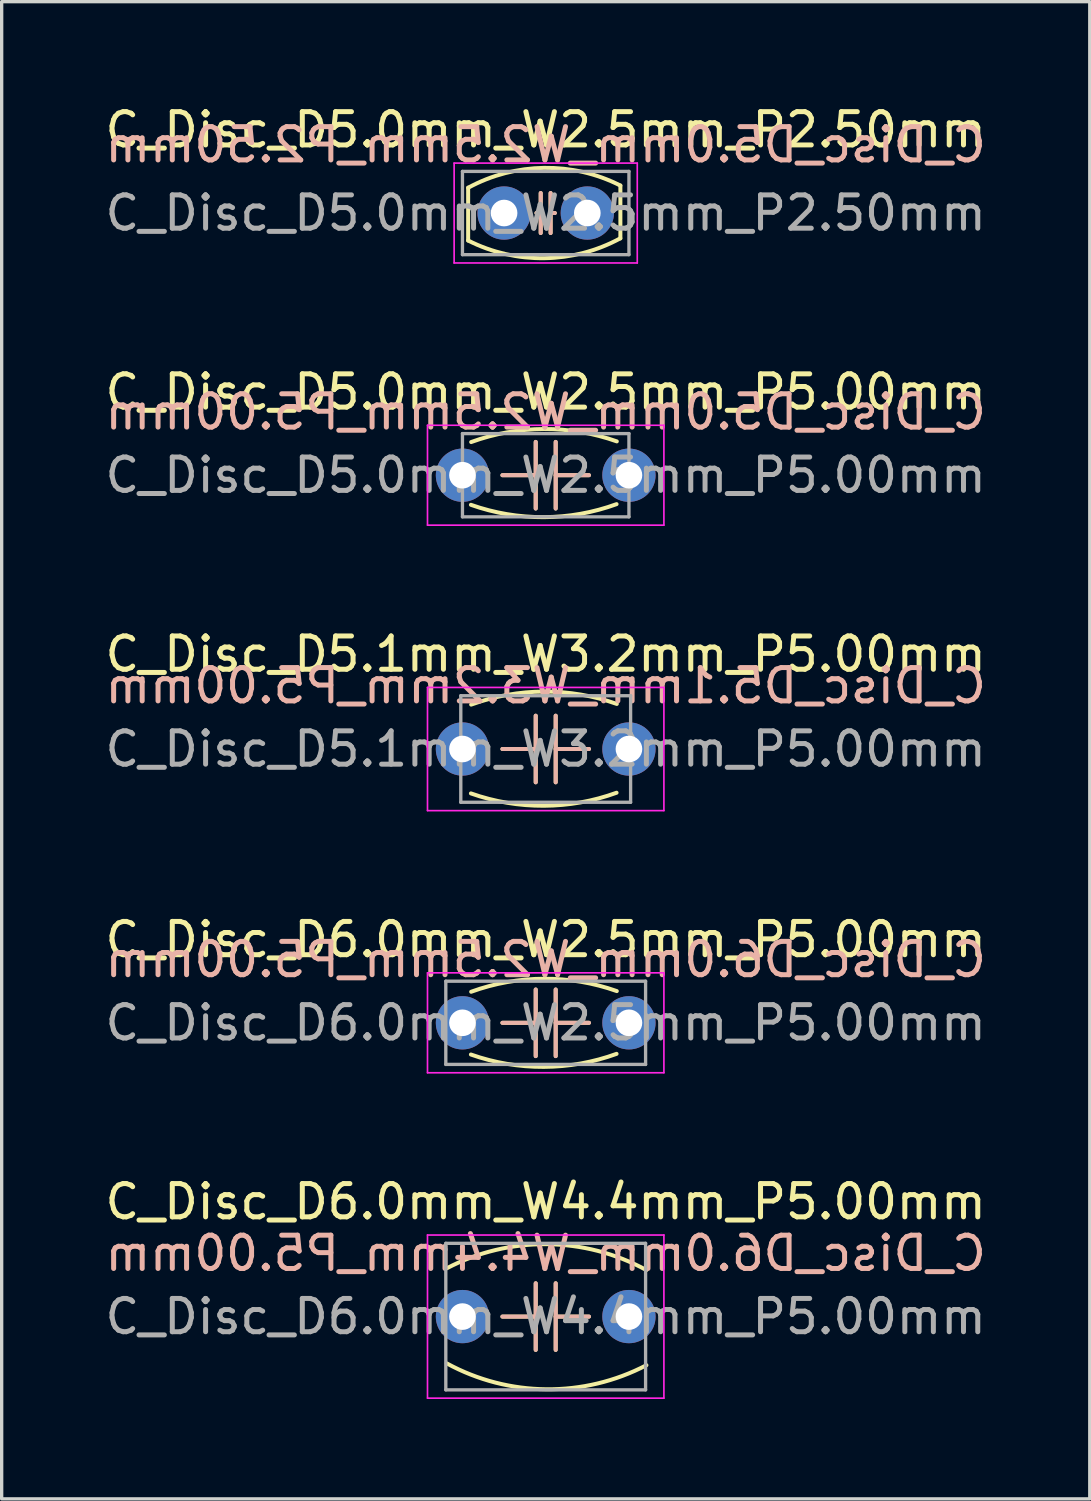
<source format=kicad_pcb>
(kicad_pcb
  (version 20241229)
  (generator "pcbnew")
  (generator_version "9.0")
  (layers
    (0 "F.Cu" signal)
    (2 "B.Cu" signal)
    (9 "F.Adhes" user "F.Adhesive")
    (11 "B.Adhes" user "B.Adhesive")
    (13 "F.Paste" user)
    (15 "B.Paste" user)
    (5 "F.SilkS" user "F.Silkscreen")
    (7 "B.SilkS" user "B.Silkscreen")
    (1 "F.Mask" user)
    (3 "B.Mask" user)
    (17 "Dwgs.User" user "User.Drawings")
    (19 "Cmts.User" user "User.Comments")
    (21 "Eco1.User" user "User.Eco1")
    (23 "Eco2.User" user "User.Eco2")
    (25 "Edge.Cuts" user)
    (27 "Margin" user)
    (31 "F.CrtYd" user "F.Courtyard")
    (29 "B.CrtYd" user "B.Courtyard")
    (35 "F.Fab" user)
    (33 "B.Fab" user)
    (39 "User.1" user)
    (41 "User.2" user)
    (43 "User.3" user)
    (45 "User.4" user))
  (footprint "C_Disc_D5.0mm_W2.5mm_P2.50mm"
    (layer "F.Cu")
    (at 12.089 3.348)
    (property "Reference" "C_Disc_D5.0mm_W2.5mm_P2.50mm" (at 1.25 -2.5 0) (layer "F.SilkS") (effects (font (size 1 1) (thickness 0.15))))
    (fp_line (start -1.079 0.826) (end -1.079 -0.762) (stroke (width 0.12) (type solid)) (layer "F.SilkS"))
    (fp_line (start 0.973 0) (end 1.1 0) (stroke (width 0.12) (type solid)) (layer "F.SilkS"))
    (fp_line (start 1.1 0) (end 1.1 -0.6) (stroke (width 0.12) (type solid)) (layer "F.SilkS"))
    (fp_line (start 1.1 0) (end 1.1 0.6) (stroke (width 0.12) (type solid)) (layer "F.SilkS"))
    (fp_line (start 1.397 0) (end 1.397 -0.6) (stroke (width 0.12) (type solid)) (layer "F.SilkS"))
    (fp_line (start 1.397 0) (end 1.397 0.6) (stroke (width 0.12) (type solid)) (layer "F.SilkS"))
    (fp_line (start 1.524 0) (end 1.397 0) (stroke (width 0.12) (type solid)) (layer "F.SilkS"))
    (fp_line (start 3.493 -0.826) (end 3.493 0.762) (stroke (width 0.12) (type solid)) (layer "F.SilkS"))
    (fp_arc (start -1.078127 -0.759477) (mid 1.19904 -1.356434) (end 3.4925 -0.8255) (stroke (width 0.12) (type solid)) (layer "F.SilkS"))
    (fp_arc (start 3.491127 0.759477) (mid 1.21396 1.356434) (end -1.0795 0.8255) (stroke (width 0.12) (type solid)) (layer "F.SilkS"))
    (fp_line (start 0.973 0) (end 1.1 0) (stroke (width 0.12) (type solid)) (layer "B.SilkS"))
    (fp_line (start 1.1 0) (end 1.1 -0.6) (stroke (width 0.12) (type solid)) (layer "B.SilkS"))
    (fp_line (start 1.1 0) (end 1.1 0.6) (stroke (width 0.12) (type solid)) (layer "B.SilkS"))
    (fp_line (start 1.397 0) (end 1.397 -0.6) (stroke (width 0.12) (type solid)) (layer "B.SilkS"))
    (fp_line (start 1.397 0) (end 1.397 0.6) (stroke (width 0.12) (type solid)) (layer "B.SilkS"))
    (fp_line (start 1.524 0) (end 1.397 0) (stroke (width 0.12) (type solid)) (layer "B.SilkS"))
    (fp_line (start -1.5 -1.5) (end -1.5 1.5) (stroke (width 0.05) (type solid)) (layer "F.CrtYd"))
    (fp_line (start -1.5 1.5) (end 4 1.5) (stroke (width 0.05) (type solid)) (layer "F.CrtYd"))
    (fp_line (start 4 -1.5) (end -1.5 -1.5) (stroke (width 0.05) (type solid)) (layer "F.CrtYd"))
    (fp_line (start 4 1.5) (end 4 -1.5) (stroke (width 0.05) (type solid)) (layer "F.CrtYd"))
    (fp_line (start -1.25 -1.25) (end -1.25 1.25) (stroke (width 0.1) (type solid)) (layer "F.Fab"))
    (fp_line (start -1.25 1.25) (end 3.75 1.25) (stroke (width 0.1) (type solid)) (layer "F.Fab"))
    (fp_line (start 3.75 -1.25) (end -1.25 -1.25) (stroke (width 0.1) (type solid)) (layer "F.Fab"))
    (fp_line (start 3.75 1.25) (end 3.75 -1.25) (stroke (width 0.1) (type solid)) (layer "F.Fab"))
    (fp_text user "${REFERENCE}" (at 1.25 -2.05 0) (layer "B.SilkS") (effects (font (size 1 1) (thickness 0.15)) (justify mirror)))
    (fp_text user "${REFERENCE}" (at 1.25 0 0) (layer "F.Fab") (effects (font (size 1 1) (thickness 0.15))))
    (pad "1" thru_hole circle (at 0 0) (size 1.6 1.6) (drill 0.8) (layers "*.Cu" "*.Mask"))
    (pad "2" thru_hole circle (at 2.5 0) (size 1.6 1.6) (drill 0.8) (layers "*.Cu" "*.Mask")))
  (footprint "C_Disc_D6.0mm_W4.4mm_P5.00mm"
    (layer "F.Cu")
    (at 10.839 36.491)
    (property "Reference" "C_Disc_D6.0mm_W4.4mm_P5.00mm" (at 2.5 -3.45 0) (layer "F.SilkS") (effects (font (size 1 1) (thickness 0.15))))
    (fp_line (start 1.2 0) (end 2.2 0) (stroke (width 0.12) (type solid)) (layer "F.SilkS"))
    (fp_line (start 2.2 0) (end 2.2 -1) (stroke (width 0.12) (type solid)) (layer "F.SilkS"))
    (fp_line (start 2.2 0) (end 2.2 1) (stroke (width 0.12) (type solid)) (layer "F.SilkS"))
    (fp_line (start 2.8 -1) (end 2.8 1) (stroke (width 0.12) (type solid)) (layer "F.SilkS"))
    (fp_line (start 2.8 0) (end 3.8 0) (stroke (width 0.12) (type solid)) (layer "F.SilkS"))
    (fp_arc (start -0.469977 -1.451191) (mid 2.53404 -2.173962) (end 5.5245 -1.397) (stroke (width 0.12) (type solid)) (layer "F.SilkS"))
    (fp_arc (start 5.5245 1.4605) (mid 2.520483 2.183271) (end -0.469977 1.406309) (stroke (width 0.12) (type solid)) (layer "F.SilkS"))
    (fp_line (start 1.2 0) (end 2.2 0) (stroke (width 0.12) (type solid)) (layer "B.SilkS"))
    (fp_line (start 2.2 0) (end 2.2 -1) (stroke (width 0.12) (type solid)) (layer "B.SilkS"))
    (fp_line (start 2.2 0) (end 2.2 1) (stroke (width 0.12) (type solid)) (layer "B.SilkS"))
    (fp_line (start 2.8 0) (end 3.8 0) (stroke (width 0.12) (type solid)) (layer "B.SilkS"))
    (fp_line (start 2.8 1) (end 2.8 -1) (stroke (width 0.12) (type solid)) (layer "B.SilkS"))
    (fp_line (start -1.05 -2.45) (end -1.05 2.45) (stroke (width 0.05) (type solid)) (layer "F.CrtYd"))
    (fp_line (start -1.05 2.45) (end 6.05 2.45) (stroke (width 0.05) (type solid)) (layer "F.CrtYd"))
    (fp_line (start 6.05 -2.45) (end -1.05 -2.45) (stroke (width 0.05) (type solid)) (layer "F.CrtYd"))
    (fp_line (start 6.05 2.45) (end 6.05 -2.45) (stroke (width 0.05) (type solid)) (layer "F.CrtYd"))
    (fp_line (start -0.5 -2.2) (end -0.5 2.2) (stroke (width 0.1) (type solid)) (layer "F.Fab"))
    (fp_line (start -0.5 2.2) (end 5.5 2.2) (stroke (width 0.1) (type solid)) (layer "F.Fab"))
    (fp_line (start 5.5 -2.2) (end -0.5 -2.2) (stroke (width 0.1) (type solid)) (layer "F.Fab"))
    (fp_line (start 5.5 2.2) (end 5.5 -2.2) (stroke (width 0.1) (type solid)) (layer "F.Fab"))
    (fp_text user "${REFERENCE}" (at 2.5 -1.9 0) (layer "B.SilkS") (effects (font (size 1 1) (thickness 0.15)) (justify mirror)))
    (fp_text user "${REFERENCE}" (at 2.5 0 0) (layer "F.Fab") (effects (font (size 1 1) (thickness 0.15))))
    (pad "1" thru_hole circle (at 0 0) (size 1.6 1.6) (drill 0.8) (layers "*.Cu" "*.Mask"))
    (pad "2" thru_hole circle (at 5 0) (size 1.6 1.6) (drill 0.8) (layers "*.Cu" "*.Mask")))
  (footprint "C_Disc_D5.1mm_W3.2mm_P5.00mm"
    (layer "F.Cu")
    (at 10.839 19.445)
    (property "Reference" "C_Disc_D5.1mm_W3.2mm_P5.00mm" (at 2.5 -2.85 0) (layer "F.SilkS") (effects (font (size 1 1) (thickness 0.15))))
    (fp_line (start 1.2 0) (end 2.2 0) (stroke (width 0.12) (type solid)) (layer "F.SilkS"))
    (fp_line (start 2.2 0) (end 2.2 -1) (stroke (width 0.12) (type solid)) (layer "F.SilkS"))
    (fp_line (start 2.2 0) (end 2.2 1) (stroke (width 0.12) (type solid)) (layer "F.SilkS"))
    (fp_line (start 2.8 -1) (end 2.8 1) (stroke (width 0.12) (type solid)) (layer "F.SilkS"))
    (fp_line (start 2.8 0) (end 3.8 0) (stroke (width 0.12) (type solid)) (layer "F.SilkS"))
    (fp_arc (start 0.261356 -1.3335) (mid 2.44667 -1.724639) (end 4.6355 -1.353676) (stroke (width 0.12) (type solid)) (layer "F.SilkS"))
    (fp_arc (start 4.628144 1.313323) (mid 2.44283 1.704462) (end 0.254 1.3335) (stroke (width 0.12) (type solid)) (layer "F.SilkS"))
    (fp_line (start 1.2 0) (end 2.2 0) (stroke (width 0.12) (type solid)) (layer "B.SilkS"))
    (fp_line (start 2.2 0) (end 2.2 -1) (stroke (width 0.12) (type solid)) (layer "B.SilkS"))
    (fp_line (start 2.2 0) (end 2.2 1) (stroke (width 0.12) (type solid)) (layer "B.SilkS"))
    (fp_line (start 2.8 0) (end 3.8 0) (stroke (width 0.12) (type solid)) (layer "B.SilkS"))
    (fp_line (start 2.8 1) (end 2.8 -1) (stroke (width 0.12) (type solid)) (layer "B.SilkS"))
    (fp_line (start -1.05 -1.85) (end -1.05 1.85) (stroke (width 0.05) (type solid)) (layer "F.CrtYd"))
    (fp_line (start -1.05 1.85) (end 6.05 1.85) (stroke (width 0.05) (type solid)) (layer "F.CrtYd"))
    (fp_line (start 6.05 -1.85) (end -1.05 -1.85) (stroke (width 0.05) (type solid)) (layer "F.CrtYd"))
    (fp_line (start 6.05 1.85) (end 6.05 -1.85) (stroke (width 0.05) (type solid)) (layer "F.CrtYd"))
    (fp_line (start -0.05 -1.6) (end -0.05 1.6) (stroke (width 0.1) (type solid)) (layer "F.Fab"))
    (fp_line (start -0.05 1.6) (end 5.05 1.6) (stroke (width 0.1) (type solid)) (layer "F.Fab"))
    (fp_line (start 5.05 -1.6) (end -0.05 -1.6) (stroke (width 0.1) (type solid)) (layer "F.Fab"))
    (fp_line (start 5.05 1.6) (end 5.05 -1.6) (stroke (width 0.1) (type solid)) (layer "F.Fab"))
    (fp_text user "${REFERENCE}" (at 2.5 -1.9 0) (layer "B.SilkS") (effects (font (size 1 1) (thickness 0.15)) (justify mirror)))
    (fp_text user "${REFERENCE}" (at 2.5 0 0) (layer "F.Fab") (effects (font (size 1 1) (thickness 0.15))))
    (pad "1" thru_hole circle (at 0 0) (size 1.6 1.6) (drill 0.8) (layers "*.Cu" "*.Mask"))
    (pad "2" thru_hole circle (at 5 0) (size 1.6 1.6) (drill 0.8) (layers "*.Cu" "*.Mask")))
  (footprint "C_Disc_D6.0mm_W2.5mm_P5.00mm"
    (layer "F.Cu")
    (at 10.839 27.668)
    (property "Reference" "C_Disc_D6.0mm_W2.5mm_P5.00mm" (at 2.5 -2.5 0) (layer "F.SilkS") (effects (font (size 1 1) (thickness 0.15))))
    (fp_line (start 1.2 0) (end 2.2 0) (stroke (width 0.12) (type solid)) (layer "F.SilkS"))
    (fp_line (start 2.2 0) (end 2.2 -1) (stroke (width 0.12) (type solid)) (layer "F.SilkS"))
    (fp_line (start 2.2 0) (end 2.2 1) (stroke (width 0.12) (type solid)) (layer "F.SilkS"))
    (fp_line (start 2.8 -1) (end 2.8 1) (stroke (width 0.12) (type solid)) (layer "F.SilkS"))
    (fp_line (start 2.8 0) (end 3.8 0) (stroke (width 0.12) (type solid)) (layer "F.SilkS"))
    (fp_arc (start 0.261356 -0.932324) (mid 2.44667 -1.323463) (end 4.6355 -0.9525) (stroke (width 0.12) (type solid)) (layer "F.SilkS"))
    (fp_arc (start 4.628144 0.932323) (mid 2.44283 1.323462) (end 0.254 0.9525) (stroke (width 0.12) (type solid)) (layer "F.SilkS"))
    (fp_line (start 1.2 0) (end 2.2 0) (stroke (width 0.12) (type solid)) (layer "B.SilkS"))
    (fp_line (start 2.2 0) (end 2.2 -1) (stroke (width 0.12) (type solid)) (layer "B.SilkS"))
    (fp_line (start 2.2 0) (end 2.2 1) (stroke (width 0.12) (type solid)) (layer "B.SilkS"))
    (fp_line (start 2.8 0) (end 3.8 0) (stroke (width 0.12) (type solid)) (layer "B.SilkS"))
    (fp_line (start 2.8 1) (end 2.8 -1) (stroke (width 0.12) (type solid)) (layer "B.SilkS"))
    (fp_line (start -1.05 -1.5) (end -1.05 1.5) (stroke (width 0.05) (type solid)) (layer "F.CrtYd"))
    (fp_line (start -1.05 1.5) (end 6.05 1.5) (stroke (width 0.05) (type solid)) (layer "F.CrtYd"))
    (fp_line (start 6.05 -1.5) (end -1.05 -1.5) (stroke (width 0.05) (type solid)) (layer "F.CrtYd"))
    (fp_line (start 6.05 1.5) (end 6.05 -1.5) (stroke (width 0.05) (type solid)) (layer "F.CrtYd"))
    (fp_line (start -0.5 -1.25) (end -0.5 1.25) (stroke (width 0.1) (type solid)) (layer "F.Fab"))
    (fp_line (start -0.5 1.25) (end 5.5 1.25) (stroke (width 0.1) (type solid)) (layer "F.Fab"))
    (fp_line (start 5.5 -1.25) (end -0.5 -1.25) (stroke (width 0.1) (type solid)) (layer "F.Fab"))
    (fp_line (start 5.5 1.25) (end 5.5 -1.25) (stroke (width 0.1) (type solid)) (layer "F.Fab"))
    (fp_text user "${REFERENCE}" (at 2.5 -1.9 0) (layer "B.SilkS") (effects (font (size 1 1) (thickness 0.15)) (justify mirror)))
    (fp_text user "${REFERENCE}" (at 2.5 0 0) (layer "F.Fab") (effects (font (size 1 1) (thickness 0.15))))
    (pad "1" thru_hole circle (at 0 0) (size 1.6 1.6) (drill 0.8) (layers "*.Cu" "*.Mask"))
    (pad "2" thru_hole circle (at 5 0) (size 1.6 1.6) (drill 0.8) (layers "*.Cu" "*.Mask")))
  (footprint "C_Disc_D5.0mm_W2.5mm_P5.00mm"
    (layer "F.Cu")
    (at 10.839 11.222)
    (property "Reference" "C_Disc_D5.0mm_W2.5mm_P5.00mm" (at 2.5 -2.5 0) (layer "F.SilkS") (effects (font (size 1 1) (thickness 0.15))))
    (fp_line (start 1.2 0) (end 2.2 0) (stroke (width 0.12) (type solid)) (layer "F.SilkS"))
    (fp_line (start 2.2 0) (end 2.2 -1) (stroke (width 0.12) (type solid)) (layer "F.SilkS"))
    (fp_line (start 2.2 0) (end 2.2 1) (stroke (width 0.12) (type solid)) (layer "F.SilkS"))
    (fp_line (start 2.8 -1) (end 2.8 1) (stroke (width 0.12) (type solid)) (layer "F.SilkS"))
    (fp_line (start 2.8 0) (end 3.8 0) (stroke (width 0.12) (type solid)) (layer "F.SilkS"))
    (fp_arc (start 0.261356 -0.995824) (mid 2.44667 -1.386963) (end 4.6355 -1.016) (stroke (width 0.12) (type solid)) (layer "F.SilkS"))
    (fp_arc (start 4.628144 0.868823) (mid 2.44283 1.259962) (end 0.254 0.889) (stroke (width 0.12) (type solid)) (layer "F.SilkS"))
    (fp_line (start 1.2 0) (end 2.2 0) (stroke (width 0.12) (type solid)) (layer "B.SilkS"))
    (fp_line (start 2.2 0) (end 2.2 -1) (stroke (width 0.12) (type solid)) (layer "B.SilkS"))
    (fp_line (start 2.2 0) (end 2.2 1) (stroke (width 0.12) (type solid)) (layer "B.SilkS"))
    (fp_line (start 2.8 0) (end 3.8 0) (stroke (width 0.12) (type solid)) (layer "B.SilkS"))
    (fp_line (start 2.8 1) (end 2.8 -1) (stroke (width 0.12) (type solid)) (layer "B.SilkS"))
    (fp_line (start -1.05 -1.5) (end -1.05 1.5) (stroke (width 0.05) (type solid)) (layer "F.CrtYd"))
    (fp_line (start -1.05 1.5) (end 6.05 1.5) (stroke (width 0.05) (type solid)) (layer "F.CrtYd"))
    (fp_line (start 6.05 -1.5) (end -1.05 -1.5) (stroke (width 0.05) (type solid)) (layer "F.CrtYd"))
    (fp_line (start 6.05 1.5) (end 6.05 -1.5) (stroke (width 0.05) (type solid)) (layer "F.CrtYd"))
    (fp_line (start 0 -1.25) (end 0 1.25) (stroke (width 0.1) (type solid)) (layer "F.Fab"))
    (fp_line (start 0 1.25) (end 5 1.25) (stroke (width 0.1) (type solid)) (layer "F.Fab"))
    (fp_line (start 5 -1.25) (end 0 -1.25) (stroke (width 0.1) (type solid)) (layer "F.Fab"))
    (fp_line (start 5 1.25) (end 5 -1.25) (stroke (width 0.1) (type solid)) (layer "F.Fab"))
    (fp_text user "${REFERENCE}" (at 2.5 -1.9 0) (layer "B.SilkS") (effects (font (size 1 1) (thickness 0.15)) (justify mirror)))
    (fp_text user "${REFERENCE}" (at 2.5 0 0) (layer "F.Fab") (effects (font (size 1 1) (thickness 0.15))))
    (pad "1" thru_hole circle (at 0 0) (size 1.6 1.6) (drill 0.8) (layers "*.Cu" "*.Mask"))
    (pad "2" thru_hole circle (at 5 0) (size 1.6 1.6) (drill 0.8) (layers "*.Cu" "*.Mask")))
  (gr_rect
    (start -3 -3)
    (end 29.679 41.966)
    (stroke (width 0.1) (type default))
    (fill no)
    (layer "Edge.Cuts")))
</source>
